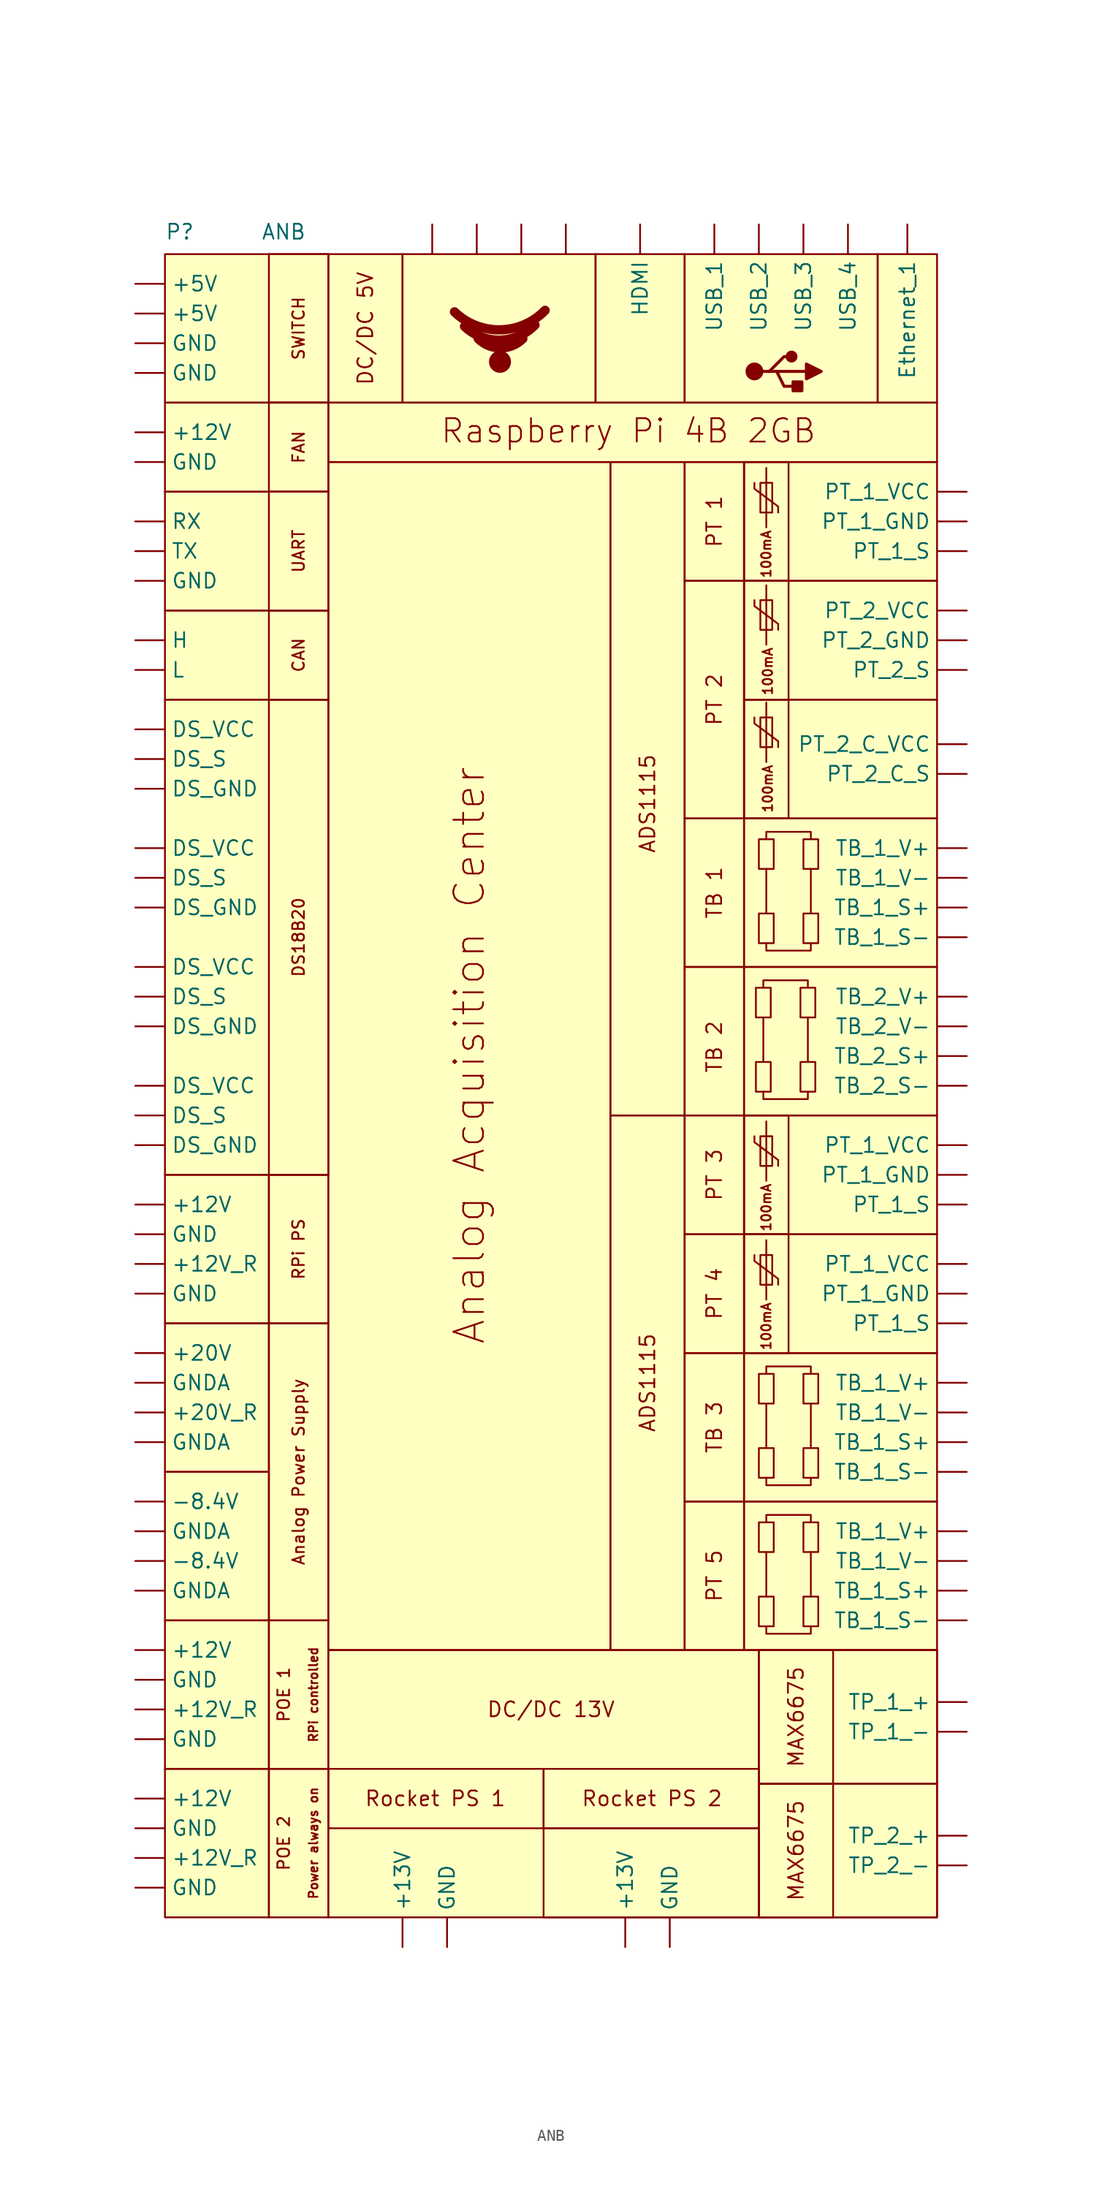
<source format=kicad_sym>
(kicad_symbol_lib
  (version 20211014)
  (generator kicad_symbol_editor)
  (symbol "ANB"
    (property "Reference" "P"
      (at -30.48 46.355 0)
      (effects (font (size 1.27 1.27))))
    (property "Value" "ANB"
      (at -21.59 46.355 0)
      (effects (font (size 1.27 1.27))))
    (symbol "ANB_0_0"
      (rectangle (start -31.75 -85.09) (end -22.86 -97.79) (stroke (width 0) (type default) (color 0 0 0 0)) (fill (type background)))
      (rectangle (start -31.75 -72.39) (end -22.86 -85.09) (stroke (width 0) (type default) (color 0 0 0 0)) (fill (type background)))
      (rectangle (start -31.75 -59.69) (end -22.86 -72.39) (stroke (width 0) (type default) (color 0 0 0 0)) (fill (type background)))
      (rectangle (start -31.75 -46.99) (end -22.86 -59.69) (stroke (width 0) (type default) (color 0 0 0 0)) (fill (type background)))
      (rectangle (start -31.75 -34.29) (end -22.86 -46.99) (stroke (width 0) (type default) (color 0 0 0 0)) (fill (type background)))
      (rectangle (start -22.86 -85.09) (end -17.78 -97.79) (stroke (width 0) (type default) (color 0 0 0 0)) (fill (type background)))
      (rectangle (start -22.86 -72.39) (end -17.78 -85.09) (stroke (width 0) (type default) (color 0 0 0 0)) (fill (type background)))
      (rectangle (start -22.86 -46.99) (end -17.78 -72.39) (stroke (width 0) (type default) (color 0 0 0 0)) (fill (type background)))
      (rectangle (start -22.86 6.35) (end -17.78 -34.29) (stroke (width 0) (type default) (color 0 0 0 0)) (fill (type none)))
      (rectangle (start -22.86 13.97) (end -17.78 24.13) (stroke (width 0) (type default) (color 0 0 0 0)) (fill (type none)))
      (rectangle (start -22.86 24.13) (end -17.78 31.75) (stroke (width 0) (type default) (color 0 0 0 0)) (fill (type none)))
      (rectangle (start -22.86 44.45) (end -17.78 31.75) (stroke (width 0) (type default) (color 0 0 0 0)) (fill (type none)))
      (rectangle (start -17.78 -85.09) (end 0.635 -90.17) (stroke (width 0) (type default) (color 0 0 0 0)) (fill (type none)))
      (rectangle (start -17.78 -74.93) (end 34.29 -97.79) (stroke (width 0) (type default) (color 0 0 0 0)) (fill (type background)))
      (rectangle (start -17.78 -46.99) (end -22.86 -34.29) (stroke (width 0) (type default) (color 0 0 0 0)) (fill (type background)))
      (rectangle (start -17.78 13.97) (end -22.86 6.35) (stroke (width 0) (type default) (color 0 0 0 0)) (fill (type none)))
      (rectangle (start -17.78 44.45) (end -11.43 31.75) (stroke (width 0) (type default) (color 0 0 0 0)) (fill (type background)))
      (rectangle (start -11.43 44.45) (end 5.08 31.75) (stroke (width 0) (type default) (color 0 0 0 0)) (fill (type background)))
      (arc (start -6.9852 39.5116) (mid -2.9581 30.1987) (end 0.7618 39.6386) (stroke (width 0.8) (type default) (color 0 0 0 0)) (fill (type none)))
      (arc (start -6.1251 38.2691) (mid -2.957 31.0351) (end -0.0996 38.3973) (stroke (width 0.8) (type default) (color 0 0 0 0)) (fill (type none)))
      (arc (start -4.953 37.2187) (mid -3.048 32.6065) (end -1.143 37.2187) (stroke (width 0.8) (type default) (color 0 0 0 0)) (fill (type none)))
      (circle (center -3.093 35.24) (radius 0.866) (stroke (width 0) (type default) (color 0 0 0 0)) (fill (type outline)))
      (rectangle (start 0.635 -90.17) (end 19.05 -97.79) (stroke (width 0) (type default) (color 0 0 0 0)) (fill (type none)))
      (rectangle (start 0.635 -85.09) (end 19.05 -90.17) (stroke (width 0) (type default) (color 0 0 0 0)) (fill (type none)))
      (rectangle (start 5.08 44.45) (end 12.7 31.75) (stroke (width 0) (type default) (color 0 0 0 0)) (fill (type background)))
      (rectangle (start 12.7 -62.23) (end 17.78 -74.93) (stroke (width 0) (type default) (color 0 0 0 0)) (fill (type background)))
      (rectangle (start 12.7 -49.53) (end 17.78 -62.23) (stroke (width 0) (type default) (color 0 0 0 0)) (fill (type background)))
      (rectangle (start 12.7 -39.37) (end 17.78 -49.53) (stroke (width 0) (type default) (color 0 0 0 0)) (fill (type background)))
      (rectangle (start 12.7 -29.21) (end 17.78 -39.37) (stroke (width 0) (type default) (color 0 0 0 0)) (fill (type background)))
      (rectangle (start 12.7 -16.51) (end 17.78 -29.21) (stroke (width 0) (type default) (color 0 0 0 0)) (fill (type background)))
      (rectangle (start 12.7 -3.81) (end 17.78 -16.51) (stroke (width 0) (type default) (color 0 0 0 0)) (fill (type background)))
      (rectangle (start 12.7 16.51) (end 17.78 -3.81) (stroke (width 0) (type default) (color 0 0 0 0)) (fill (type background)))
      (rectangle (start 12.7 26.67) (end 17.78 16.51) (stroke (width 0) (type default) (color 0 0 0 0)) (fill (type background)))
      (rectangle (start 17.78 -62.23) (end 34.29 -74.93) (stroke (width 0) (type default) (color 0 0 0 0)) (fill (type background)))
      (rectangle (start 17.78 -49.53) (end 34.29 -62.23) (stroke (width 0) (type default) (color 0 0 0 0)) (fill (type background)))
      (rectangle (start 17.78 -39.37) (end 21.59 -49.53) (stroke (width 0) (type default) (color 0 0 0 0)) (fill (type none)))
      (rectangle (start 17.78 -39.37) (end 34.29 -49.53) (stroke (width 0) (type default) (color 0 0 0 0)) (fill (type background)))
      (rectangle (start 17.78 -29.21) (end 21.59 -39.37) (stroke (width 0) (type default) (color 0 0 0 0)) (fill (type none)))
      (rectangle (start 17.78 -29.21) (end 34.29 -39.37) (stroke (width 0) (type default) (color 0 0 0 0)) (fill (type background)))
      (rectangle (start 17.78 -16.51) (end 34.29 -29.21) (stroke (width 0) (type default) (color 0 0 0 0)) (fill (type background)))
      (rectangle (start 17.78 -3.81) (end 34.29 -16.51) (stroke (width 0) (type default) (color 0 0 0 0)) (fill (type background)))
      (rectangle (start 17.78 6.35) (end 21.59 -3.81) (stroke (width 0) (type default) (color 0 0 0 0)) (fill (type none)))
      (rectangle (start 17.78 6.35) (end 34.29 -3.81) (stroke (width 0) (type default) (color 0 0 0 0)) (fill (type background)))
      (rectangle (start 17.78 16.51) (end 21.59 6.35) (stroke (width 0) (type default) (color 0 0 0 0)) (fill (type none)))
      (rectangle (start 17.78 16.51) (end 34.29 6.35) (stroke (width 0) (type default) (color 0 0 0 0)) (fill (type background)))
      (rectangle (start 17.78 26.67) (end 21.59 16.51) (stroke (width 0) (type default) (color 0 0 0 0)) (fill (type none)))
      (rectangle (start 17.78 26.67) (end 34.29 16.51) (stroke (width 0) (type default) (color 0 0 0 0)) (fill (type background)))
      (rectangle (start 19.05 -86.36) (end 25.4 -97.79) (stroke (width 0) (type default) (color 0 0 0 0)) (fill (type background)))
      (rectangle (start 19.05 -86.36) (end 34.29 -97.79) (stroke (width 0) (type default) (color 0 0 0 0)) (fill (type background)))
      (rectangle (start 19.05 -74.93) (end 25.4 -86.36) (stroke (width 0) (type default) (color 0 0 0 0)) (fill (type background)))
      (rectangle (start 19.05 -74.93) (end 34.29 -86.36) (stroke (width 0) (type default) (color 0 0 0 0)) (fill (type background)))
      (text "100mA" (at 19.685 -47.244 900) (effects (font (size 0.8 0.8))))
      (text "100mA" (at 19.685 -37.084 900) (effects (font (size 0.8 0.8))))
      (text "100mA" (at 19.685 18.796 900) (effects (font (size 0.8 0.8))))
      (text "100mA" (at 19.812 -1.27 900) (effects (font (size 0.8 0.8))))
      (text "100mA" (at 19.812 8.763 900) (effects (font (size 0.8 0.8))))
      (text "ADS1115" (at 9.525 -52.07 900) (effects (font (size 1.27 1.27))))
      (text "ADS1115" (at 9.525 -2.54 900) (effects (font (size 1.27 1.27))))
      (text "Analog Acquisition Center" (at -5.715 -48.895 900) (effects (font (size 2.54 2.54)) (justify left)))
      (text "Analog Power Supply" (at -20.32 -59.69 900) (effects (font (size 1 1))))
      (text "CAN" (at -20.32 10.16 900) (effects (font (size 1 1))))
      (text "DC/DC 13V" (at 1.27 -80.01 0) (effects (font (size 1.27 1.27))))
      (text "DC/DC 5V" (at -14.605 38.1 900) (effects (font (size 1.27 1.27))))
      (text "DS18B20" (at -20.32 -13.97 900) (effects (font (size 1 1))))
      (text "FAN" (at -20.32 27.94 900) (effects (font (size 1 1))))
      (text "MAX6675" (at 22.225 -92.075 900) (effects (font (size 1.27 1.27))))
      (text "MAX6675" (at 22.225 -80.645 900) (effects (font (size 1.27 1.27))))
      (text "POE 1" (at -21.59 -78.74 900) (effects (font (size 1 1))))
      (text "POE 2" (at -21.59 -91.44 900) (effects (font (size 1 1))))
      (text "Power always on" (at -19.05 -91.44 900) (effects (font (size 0.75 0.75))))
      (text "PT 1" (at 15.24 21.59 900) (effects (font (size 1.27 1.27))))
      (text "PT 2" (at 15.24 6.35 900) (effects (font (size 1.27 1.27))))
      (text "PT 3" (at 15.24 -34.29 900) (effects (font (size 1.27 1.27))))
      (text "PT 4" (at 15.24 -44.45 900) (effects (font (size 1.27 1.27))))
      (text "PT 5" (at 15.24 -68.58 900) (effects (font (size 1.27 1.27))))
      (text "Raspberry Pi 4B 2GB" (at -8.255 29.337 0) (effects (font (size 2 2)) (justify left)))
      (text "Rocket PS 1" (at -8.636 -87.63 0) (effects (font (size 1.27 1.27))))
      (text "Rocket PS 2" (at 9.906 -87.63 0) (effects (font (size 1.27 1.27))))
      (text "RPi controlled" (at -19.05 -78.74 900) (effects (font (size 0.75 0.75))))
      (text "RPi PS" (at -20.32 -40.64 900) (effects (font (size 1 1))))
      (text "SWITCH" (at -20.32 38.1 900) (effects (font (size 1 1))))
      (text "TB 1" (at 15.24 -10.16 900) (effects (font (size 1.27 1.27))))
      (text "TB 2 " (at 15.24 -22.86 900) (effects (font (size 1.27 1.27))))
      (text "TB 3" (at 15.24 -55.88 900) (effects (font (size 1.27 1.27))))
      (text "UART" (at -20.32 19.05 900) (effects (font (size 1 1)))))
    (symbol "ANB_0_1"
      (rectangle (start -31.75 6.35) (end -17.78 -34.29) (stroke (width 0) (type default) (color 0 0 0 0)) (fill (type background)))
      (rectangle (start -31.75 13.97) (end -17.78 6.35) (stroke (width 0) (type default) (color 0 0 0 0)) (fill (type background)))
      (rectangle (start -31.75 24.13) (end -17.78 13.97) (stroke (width 0) (type default) (color 0 0 0 0)) (fill (type background)))
      (rectangle (start -31.75 31.75) (end -17.78 24.13) (stroke (width 0) (type default) (color 0 0 0 0)) (fill (type background)))
      (rectangle (start -31.75 44.45) (end -17.78 31.75) (stroke (width 0) (type default) (color 0 0 0 0)) (fill (type background)))
      (rectangle (start -17.78 26.67) (end 6.35 -74.93) (stroke (width 0) (type default) (color 0 0 0 0)) (fill (type background)))
      (rectangle (start -17.78 31.75) (end 34.29 26.67) (stroke (width 0) (type default) (color 0 0 0 0)) (fill (type background)))
      (polyline (pts (xy 19.431 -24.638) (xy 19.431 -20.828)) (stroke (width 0) (type default) (color 0 0 0 0)) (fill (type none)))
      (polyline (pts (xy 19.685 -70.358) (xy 19.685 -66.548)) (stroke (width 0) (type default) (color 0 0 0 0)) (fill (type none)))
      (polyline (pts (xy 19.685 -57.658) (xy 19.685 -53.848)) (stroke (width 0) (type default) (color 0 0 0 0)) (fill (type none)))
      (polyline (pts (xy 19.685 -39.878) (xy 19.685 -44.958)) (stroke (width 0) (type default) (color 0 0 0 0)) (fill (type none)))
      (polyline (pts (xy 19.685 -29.718) (xy 19.685 -34.798)) (stroke (width 0) (type default) (color 0 0 0 0)) (fill (type none)))
      (polyline (pts (xy 19.685 -11.938) (xy 19.685 -8.128)) (stroke (width 0) (type default) (color 0 0 0 0)) (fill (type none)))
      (polyline (pts (xy 19.685 6.096) (xy 19.685 1.016)) (stroke (width 0) (type default) (color 0 0 0 0)) (fill (type none)))
      (polyline (pts (xy 19.685 16.129) (xy 19.685 11.049)) (stroke (width 0) (type default) (color 0 0 0 0)) (fill (type none)))
      (polyline (pts (xy 19.685 26.162) (xy 19.685 21.082)) (stroke (width 0) (type default) (color 0 0 0 0)) (fill (type none)))
      (polyline (pts (xy 20.574 34.417) (xy 23.114 34.417)) (stroke (width 0.254) (type default) (color 0 0 0 0)) (fill (type none)))
      (polyline (pts (xy 23.241 -24.638) (xy 23.241 -20.828)) (stroke (width 0) (type default) (color 0 0 0 0)) (fill (type none)))
      (polyline (pts (xy 23.495 -70.358) (xy 23.495 -66.548)) (stroke (width 0) (type default) (color 0 0 0 0)) (fill (type none)))
      (polyline (pts (xy 23.495 -57.658) (xy 23.495 -53.848)) (stroke (width 0) (type default) (color 0 0 0 0)) (fill (type none)))
      (polyline (pts (xy 23.495 -11.938) (xy 23.495 -8.128)) (stroke (width 0) (type default) (color 0 0 0 0)) (fill (type none)))
      (polyline (pts (xy 18.669 -41.148) (xy 18.669 -41.656) (xy 20.701 -43.18) (xy 20.701 -43.688)) (stroke (width 0) (type default) (color 0 0 0 0)) (fill (type none)))
      (polyline (pts (xy 18.669 -30.988) (xy 18.669 -31.496) (xy 20.701 -33.02) (xy 20.701 -33.528)) (stroke (width 0) (type default) (color 0 0 0 0)) (fill (type none)))
      (polyline (pts (xy 18.669 4.826) (xy 18.669 4.318) (xy 20.701 2.794) (xy 20.701 2.286)) (stroke (width 0) (type default) (color 0 0 0 0)) (fill (type none)))
      (polyline (pts (xy 18.669 14.859) (xy 18.669 14.351) (xy 20.701 12.827) (xy 20.701 12.319)) (stroke (width 0) (type default) (color 0 0 0 0)) (fill (type none)))
      (polyline (pts (xy 18.669 24.892) (xy 18.669 24.384) (xy 20.701 22.86) (xy 20.701 22.352)) (stroke (width 0) (type default) (color 0 0 0 0)) (fill (type none)))
      (polyline (pts (xy 19.304 34.417) (xy 19.939 34.417) (xy 21.209 35.687) (xy 21.844 35.687)) (stroke (width 0.254) (type default) (color 0 0 0 0)) (fill (type none)))
      (polyline (pts (xy 19.431 -27.178) (xy 19.431 -27.813) (xy 23.241 -27.813) (xy 23.241 -27.178)) (stroke (width 0) (type default) (color 0 0 0 0)) (fill (type none)))
      (polyline (pts (xy 19.685 -72.898) (xy 19.685 -73.533) (xy 23.495 -73.533) (xy 23.495 -72.898)) (stroke (width 0) (type default) (color 0 0 0 0)) (fill (type none)))
      (polyline (pts (xy 19.685 -60.198) (xy 19.685 -60.833) (xy 23.495 -60.833) (xy 23.495 -60.198)) (stroke (width 0) (type default) (color 0 0 0 0)) (fill (type none)))
      (polyline (pts (xy 19.685 -14.478) (xy 19.685 -15.113) (xy 23.495 -15.113) (xy 23.495 -14.478)) (stroke (width 0) (type default) (color 0 0 0 0)) (fill (type none)))
      (polyline (pts (xy 19.939 34.417) (xy 20.574 34.417) (xy 21.209 33.147) (xy 22.479 33.147)) (stroke (width 0.254) (type default) (color 0 0 0 0)) (fill (type none)))
      (polyline (pts (xy 23.114 35.052) (xy 23.114 33.782) (xy 24.384 34.417) (xy 23.114 35.052)) (stroke (width 0.254) (type default) (color 0 0 0 0)) (fill (type outline)))
      (polyline (pts (xy 23.241 -18.288) (xy 23.241 -17.653) (xy 19.431 -17.653) (xy 19.431 -18.288)) (stroke (width 0) (type default) (color 0 0 0 0)) (fill (type none)))
      (polyline (pts (xy 23.495 -64.008) (xy 23.495 -63.373) (xy 19.685 -63.373) (xy 19.685 -64.008)) (stroke (width 0) (type default) (color 0 0 0 0)) (fill (type none)))
      (polyline (pts (xy 23.495 -51.308) (xy 23.495 -50.673) (xy 19.685 -50.673) (xy 19.685 -51.308)) (stroke (width 0) (type default) (color 0 0 0 0)) (fill (type none)))
      (polyline (pts (xy 23.495 -5.588) (xy 23.495 -4.953) (xy 19.685 -4.953) (xy 19.685 -5.588)) (stroke (width 0) (type default) (color 0 0 0 0)) (fill (type none)))
      (rectangle (start 6.35 -29.21) (end 12.7 -74.93) (stroke (width 0) (type default) (color 0 0 0 0)) (fill (type background)))
      (rectangle (start 6.35 26.67) (end 12.7 -29.21) (stroke (width 0) (type default) (color 0 0 0 0)) (fill (type background)))
      (rectangle (start 12.7 44.45) (end 29.21 31.75) (stroke (width 0) (type default) (color 0 0 0 0)) (fill (type background)))
      (circle (center 18.669 34.417) (radius 0.635) (stroke (width 0.254) (type default) (color 0 0 0 0)) (fill (type outline)))
      (rectangle (start 18.796 -24.638) (end 20.066 -27.178) (stroke (width 0) (type default) (color 0 0 0 0)) (fill (type none)))
      (rectangle (start 18.796 -18.288) (end 20.066 -20.828) (stroke (width 0) (type default) (color 0 0 0 0)) (fill (type none)))
      (rectangle (start 19.05 -70.358) (end 20.32 -72.898) (stroke (width 0) (type default) (color 0 0 0 0)) (fill (type none)))
      (rectangle (start 19.05 -64.008) (end 20.32 -66.548) (stroke (width 0) (type default) (color 0 0 0 0)) (fill (type none)))
      (rectangle (start 19.05 -57.658) (end 20.32 -60.198) (stroke (width 0) (type default) (color 0 0 0 0)) (fill (type none)))
      (rectangle (start 19.05 -51.308) (end 20.32 -53.848) (stroke (width 0) (type default) (color 0 0 0 0)) (fill (type none)))
      (rectangle (start 19.05 -11.938) (end 20.32 -14.478) (stroke (width 0) (type default) (color 0 0 0 0)) (fill (type none)))
      (rectangle (start 19.05 -5.588) (end 20.32 -8.128) (stroke (width 0) (type default) (color 0 0 0 0)) (fill (type none)))
      (rectangle (start 19.177 -41.148) (end 20.193 -43.688) (stroke (width 0) (type default) (color 0 0 0 0)) (fill (type none)))
      (rectangle (start 19.177 -30.988) (end 20.193 -33.528) (stroke (width 0) (type default) (color 0 0 0 0)) (fill (type none)))
      (rectangle (start 19.177 4.826) (end 20.193 2.286) (stroke (width 0) (type default) (color 0 0 0 0)) (fill (type none)))
      (rectangle (start 19.177 14.859) (end 20.193 12.319) (stroke (width 0) (type default) (color 0 0 0 0)) (fill (type none)))
      (rectangle (start 19.177 24.892) (end 20.193 22.352) (stroke (width 0) (type default) (color 0 0 0 0)) (fill (type none)))
      (circle (center 21.844 35.687) (radius 0.381) (stroke (width 0.254) (type default) (color 0 0 0 0)) (fill (type outline)))
      (rectangle (start 22.606 -24.638) (end 23.876 -27.178) (stroke (width 0) (type default) (color 0 0 0 0)) (fill (type none)))
      (rectangle (start 22.606 -18.288) (end 23.876 -20.828) (stroke (width 0) (type default) (color 0 0 0 0)) (fill (type none)))
      (rectangle (start 22.733 33.528) (end 21.971 32.766) (stroke (width 0.254) (type default) (color 0 0 0 0)) (fill (type outline)))
      (rectangle (start 22.86 -70.358) (end 24.13 -72.898) (stroke (width 0) (type default) (color 0 0 0 0)) (fill (type none)))
      (rectangle (start 22.86 -64.008) (end 24.13 -66.548) (stroke (width 0) (type default) (color 0 0 0 0)) (fill (type none)))
      (rectangle (start 22.86 -57.658) (end 24.13 -60.198) (stroke (width 0) (type default) (color 0 0 0 0)) (fill (type none)))
      (rectangle (start 22.86 -51.308) (end 24.13 -53.848) (stroke (width 0) (type default) (color 0 0 0 0)) (fill (type none)))
      (rectangle (start 22.86 -11.938) (end 24.13 -14.478) (stroke (width 0) (type default) (color 0 0 0 0)) (fill (type none)))
      (rectangle (start 22.86 -5.588) (end 24.13 -8.128) (stroke (width 0) (type default) (color 0 0 0 0)) (fill (type none)))
      (rectangle (start 29.21 44.45) (end 34.29 31.75) (stroke (width 0) (type default) (color 0 0 0 0)) (fill (type background))))
    (symbol "ANB_1_1"
      (pin output line (at -34.29 -87.63 0) (length 2.54) (name "+12V" (effects (font (size 1.27 1.27)))) (number "" (effects (font (size 1.27 1.27)))))
      (pin output line (at -34.29 -74.93 0) (length 2.54) (name "+12V" (effects (font (size 1.27 1.27)))) (number "" (effects (font (size 1.27 1.27)))))
      (pin input line (at -34.29 -36.83 0) (length 2.54) (name "+12V" (effects (font (size 1.27 1.27)))) (number "" (effects (font (size 1.27 1.27)))))
      (pin output line (at -34.29 29.21 0) (length 2.54) (name "+12V" (effects (font (size 1.27 1.27)))) (number "" (effects (font (size 1.27 1.27)))))
      (pin output line (at -34.29 -92.71 0) (length 2.54) (name "+12V_R" (effects (font (size 1.27 1.27)))) (number "" (effects (font (size 1.27 1.27)))))
      (pin output line (at -34.29 -80.01 0) (length 2.54) (name "+12V_R" (effects (font (size 1.27 1.27)))) (number "" (effects (font (size 1.27 1.27)))))
      (pin output line (at -34.29 -41.91 0) (length 2.54) (name "+12V_R" (effects (font (size 1.27 1.27)))) (number "" (effects (font (size 1.27 1.27)))))
      (pin output line (at -11.43 -100.33 90) (length 2.54) (name "+13V" (effects (font (size 1.27 1.27)))) (number "" (effects (font (size 1.27 1.27)))))
      (pin output line (at 7.62 -100.33 90) (length 2.54) (name "+13V" (effects (font (size 1.27 1.27)))) (number "" (effects (font (size 1.27 1.27)))))
      (pin input line (at -34.29 -49.53 0) (length 2.54) (name "+20V" (effects (font (size 1.27 1.27)))) (number "" (effects (font (size 1.27 1.27)))))
      (pin input line (at -34.29 -54.61 0) (length 2.54) (name "+20V_R" (effects (font (size 1.27 1.27)))) (number "" (effects (font (size 1.27 1.27)))))
      (pin output line (at -34.29 39.37 0) (length 2.54) (name "+5V" (effects (font (size 1.27 1.27)))) (number "" (effects (font (size 1.27 1.27)))))
      (pin output line (at -34.29 41.91 0) (length 2.54) (name "+5V" (effects (font (size 1.27 1.27)))) (number "" (effects (font (size 1.27 1.27)))))
      (pin input line (at -34.29 -67.31 0) (length 2.54) (name "-8.4V" (effects (font (size 1.27 1.27)))) (number "" (effects (font (size 1.27 1.27)))))
      (pin input line (at -34.29 -62.23 0) (length 2.54) (name "-8.4V" (effects (font (size 1.27 1.27)))) (number "" (effects (font (size 1.27 1.27)))))
      (pin input line (at -34.29 -31.75 0) (length 2.54) (name "DS_GND" (effects (font (size 1.27 1.27)))) (number "" (effects (font (size 1.27 1.27)))))
      (pin input line (at -34.29 -21.59 0) (length 2.54) (name "DS_GND" (effects (font (size 1.27 1.27)))) (number "" (effects (font (size 1.27 1.27)))))
      (pin input line (at -34.29 -11.43 0) (length 2.54) (name "DS_GND" (effects (font (size 1.27 1.27)))) (number "" (effects (font (size 1.27 1.27)))))
      (pin input line (at -34.29 -1.27 0) (length 2.54) (name "DS_GND" (effects (font (size 1.27 1.27)))) (number "" (effects (font (size 1.27 1.27)))))
      (pin input line (at -34.29 -29.21 0) (length 2.54) (name "DS_S" (effects (font (size 1.27 1.27)))) (number "" (effects (font (size 1.27 1.27)))))
      (pin input line (at -34.29 -19.05 0) (length 2.54) (name "DS_S" (effects (font (size 1.27 1.27)))) (number "" (effects (font (size 1.27 1.27)))))
      (pin input line (at -34.29 -8.89 0) (length 2.54) (name "DS_S" (effects (font (size 1.27 1.27)))) (number "" (effects (font (size 1.27 1.27)))))
      (pin input line (at -34.29 1.27 0) (length 2.54) (name "DS_S" (effects (font (size 1.27 1.27)))) (number "" (effects (font (size 1.27 1.27)))))
      (pin input line (at -34.29 -26.67 0) (length 2.54) (name "DS_VCC" (effects (font (size 1.27 1.27)))) (number "" (effects (font (size 1.27 1.27)))))
      (pin input line (at -34.29 -16.51 0) (length 2.54) (name "DS_VCC" (effects (font (size 1.27 1.27)))) (number "" (effects (font (size 1.27 1.27)))))
      (pin input line (at -34.29 -6.35 0) (length 2.54) (name "DS_VCC" (effects (font (size 1.27 1.27)))) (number "" (effects (font (size 1.27 1.27)))))
      (pin input line (at -34.29 3.81 0) (length 2.54) (name "DS_VCC" (effects (font (size 1.27 1.27)))) (number "" (effects (font (size 1.27 1.27)))))
      (pin input line (at 31.75 46.99 270) (length 2.54) (name "Ethernet_1" (effects (font (size 1.27 1.27)))) (number "" (effects (font (size 1.27 1.27)))))
      (pin output line (at -34.29 -95.25 0) (length 2.54) (name "GND" (effects (font (size 1.27 1.27)))) (number "" (effects (font (size 1.27 1.27)))))
      (pin output line (at -34.29 -90.17 0) (length 2.54) (name "GND" (effects (font (size 1.27 1.27)))) (number "" (effects (font (size 1.27 1.27)))))
      (pin output line (at -34.29 -82.55 0) (length 2.54) (name "GND" (effects (font (size 1.27 1.27)))) (number "" (effects (font (size 1.27 1.27)))))
      (pin output line (at -34.29 -77.47 0) (length 2.54) (name "GND" (effects (font (size 1.27 1.27)))) (number "" (effects (font (size 1.27 1.27)))))
      (pin output line (at -34.29 -44.45 0) (length 2.54) (name "GND" (effects (font (size 1.27 1.27)))) (number "" (effects (font (size 1.27 1.27)))))
      (pin input line (at -34.29 -39.37 0) (length 2.54) (name "GND" (effects (font (size 1.27 1.27)))) (number "" (effects (font (size 1.27 1.27)))))
      (pin input line (at -34.29 16.51 0) (length 2.54) (name "GND" (effects (font (size 1.27 1.27)))) (number "" (effects (font (size 1.27 1.27)))))
      (pin output line (at -34.29 26.67 0) (length 2.54) (name "GND" (effects (font (size 1.27 1.27)))) (number "" (effects (font (size 1.27 1.27)))))
      (pin output line (at -34.29 34.29 0) (length 2.54) (name "GND" (effects (font (size 1.27 1.27)))) (number "" (effects (font (size 1.27 1.27)))))
      (pin output line (at -34.29 36.83 0) (length 2.54) (name "GND" (effects (font (size 1.27 1.27)))) (number "" (effects (font (size 1.27 1.27)))))
      (pin output line (at -7.62 -100.33 90) (length 2.54) (name "GND" (effects (font (size 1.27 1.27)))) (number "" (effects (font (size 1.27 1.27)))))
      (pin output line (at 11.43 -100.33 90) (length 2.54) (name "GND" (effects (font (size 1.27 1.27)))) (number "" (effects (font (size 1.27 1.27)))))
      (pin input line (at -34.29 -69.85 0) (length 2.54) (name "GNDA" (effects (font (size 1.27 1.27)))) (number "" (effects (font (size 1.27 1.27)))))
      (pin input line (at -34.29 -64.77 0) (length 2.54) (name "GNDA" (effects (font (size 1.27 1.27)))) (number "" (effects (font (size 1.27 1.27)))))
      (pin input line (at -34.29 -57.15 0) (length 2.54) (name "GNDA" (effects (font (size 1.27 1.27)))) (number "" (effects (font (size 1.27 1.27)))))
      (pin input line (at -34.29 -52.07 0) (length 2.54) (name "GNDA" (effects (font (size 1.27 1.27)))) (number "" (effects (font (size 1.27 1.27)))))
      (pin input line (at -34.29 11.43 0) (length 2.54) (name "H" (effects (font (size 1.27 1.27)))) (number "" (effects (font (size 1.27 1.27)))))
      (pin input line (at 8.89 46.99 270) (length 2.54) (name "HDMI" (effects (font (size 1.27 1.27)))) (number "" (effects (font (size 1.27 1.27)))))
      (pin input line (at -34.29 8.89 0) (length 2.54) (name "L" (effects (font (size 1.27 1.27)))) (number "" (effects (font (size 1.27 1.27)))))
      (pin input line (at 36.83 -44.45 180) (length 2.54) (name "PT_1_GND" (effects (font (size 1.27 1.27)))) (number "" (effects (font (size 1.27 1.27)))))
      (pin input line (at 36.83 -34.29 180) (length 2.54) (name "PT_1_GND" (effects (font (size 1.27 1.27)))) (number "" (effects (font (size 1.27 1.27)))))
      (pin input line (at 36.83 21.59 180) (length 2.54) (name "PT_1_GND" (effects (font (size 1.27 1.27)))) (number "" (effects (font (size 1.27 1.27)))))
      (pin input line (at 36.83 -46.99 180) (length 2.54) (name "PT_1_S" (effects (font (size 1.27 1.27)))) (number "" (effects (font (size 1.27 1.27)))))
      (pin input line (at 36.83 -36.83 180) (length 2.54) (name "PT_1_S" (effects (font (size 1.27 1.27)))) (number "" (effects (font (size 1.27 1.27)))))
      (pin input line (at 36.83 19.05 180) (length 2.54) (name "PT_1_S" (effects (font (size 1.27 1.27)))) (number "" (effects (font (size 1.27 1.27)))))
      (pin input line (at 36.83 -41.91 180) (length 2.54) (name "PT_1_VCC" (effects (font (size 1.27 1.27)))) (number "" (effects (font (size 1.27 1.27)))))
      (pin input line (at 36.83 -31.75 180) (length 2.54) (name "PT_1_VCC" (effects (font (size 1.27 1.27)))) (number "" (effects (font (size 1.27 1.27)))))
      (pin input line (at 36.83 24.13 180) (length 2.54) (name "PT_1_VCC" (effects (font (size 1.27 1.27)))) (number "" (effects (font (size 1.27 1.27)))))
      (pin input line (at 36.83 0 180) (length 2.54) (name "PT_2_C_S" (effects (font (size 1.27 1.27)))) (number "" (effects (font (size 1.27 1.27)))))
      (pin input line (at 36.83 2.54 180) (length 2.54) (name "PT_2_C_VCC" (effects (font (size 1.27 1.27)))) (number "" (effects (font (size 1.27 1.27)))))
      (pin input line (at 36.83 11.43 180) (length 2.54) (name "PT_2_GND" (effects (font (size 1.27 1.27)))) (number "" (effects (font (size 1.27 1.27)))))
      (pin input line (at 36.83 8.89 180) (length 2.54) (name "PT_2_S" (effects (font (size 1.27 1.27)))) (number "" (effects (font (size 1.27 1.27)))))
      (pin input line (at 36.83 13.97 180) (length 2.54) (name "PT_2_VCC" (effects (font (size 1.27 1.27)))) (number "" (effects (font (size 1.27 1.27)))))
      (pin input line (at -34.29 21.59 0) (length 2.54) (name "RX" (effects (font (size 1.27 1.27)))) (number "" (effects (font (size 1.27 1.27)))))
      (pin input line (at 36.83 -69.85 180) (length 2.54) (name "TB_1_S+" (effects (font (size 1.27 1.27)))) (number "" (effects (font (size 1.27 1.27)))))
      (pin input line (at 36.83 -57.15 180) (length 2.54) (name "TB_1_S+" (effects (font (size 1.27 1.27)))) (number "" (effects (font (size 1.27 1.27)))))
      (pin input line (at 36.83 -11.43 180) (length 2.54) (name "TB_1_S+" (effects (font (size 1.27 1.27)))) (number "" (effects (font (size 1.27 1.27)))))
      (pin input line (at 36.83 -72.39 180) (length 2.54) (name "TB_1_S-" (effects (font (size 1.27 1.27)))) (number "" (effects (font (size 1.27 1.27)))))
      (pin input line (at 36.83 -59.69 180) (length 2.54) (name "TB_1_S-" (effects (font (size 1.27 1.27)))) (number "" (effects (font (size 1.27 1.27)))))
      (pin input line (at 36.83 -13.97 180) (length 2.54) (name "TB_1_S-" (effects (font (size 1.27 1.27)))) (number "" (effects (font (size 1.27 1.27)))))
      (pin input line (at 36.83 -64.77 180) (length 2.54) (name "TB_1_V+" (effects (font (size 1.27 1.27)))) (number "" (effects (font (size 1.27 1.27)))))
      (pin input line (at 36.83 -52.07 180) (length 2.54) (name "TB_1_V+" (effects (font (size 1.27 1.27)))) (number "" (effects (font (size 1.27 1.27)))))
      (pin input line (at 36.83 -6.35 180) (length 2.54) (name "TB_1_V+" (effects (font (size 1.27 1.27)))) (number "" (effects (font (size 1.27 1.27)))))
      (pin input line (at 36.83 -67.31 180) (length 2.54) (name "TB_1_V-" (effects (font (size 1.27 1.27)))) (number "" (effects (font (size 1.27 1.27)))))
      (pin input line (at 36.83 -54.61 180) (length 2.54) (name "TB_1_V-" (effects (font (size 1.27 1.27)))) (number "" (effects (font (size 1.27 1.27)))))
      (pin input line (at 36.83 -8.89 180) (length 2.54) (name "TB_1_V-" (effects (font (size 1.27 1.27)))) (number "" (effects (font (size 1.27 1.27)))))
      (pin input line (at 36.83 -24.13 180) (length 2.54) (name "TB_2_S+" (effects (font (size 1.27 1.27)))) (number "" (effects (font (size 1.27 1.27)))))
      (pin input line (at 36.83 -26.67 180) (length 2.54) (name "TB_2_S-" (effects (font (size 1.27 1.27)))) (number "" (effects (font (size 1.27 1.27)))))
      (pin input line (at 36.83 -19.05 180) (length 2.54) (name "TB_2_V+" (effects (font (size 1.27 1.27)))) (number "" (effects (font (size 1.27 1.27)))))
      (pin input line (at 36.83 -21.59 180) (length 2.54) (name "TB_2_V-" (effects (font (size 1.27 1.27)))) (number "" (effects (font (size 1.27 1.27)))))
      (pin input line (at 36.83 -79.375 180) (length 2.54) (name "TP_1_+" (effects (font (size 1.27 1.27)))) (number "" (effects (font (size 1.27 1.27)))))
      (pin input line (at 36.83 -81.915 180) (length 2.54) (name "TP_1_-" (effects (font (size 1.27 1.27)))) (number "" (effects (font (size 1.27 1.27)))))
      (pin input line (at 36.83 -90.805 180) (length 2.54) (name "TP_2_+" (effects (font (size 1.27 1.27)))) (number "" (effects (font (size 1.27 1.27)))))
      (pin input line (at 36.83 -93.345 180) (length 2.54) (name "TP_2_-" (effects (font (size 1.27 1.27)))) (number "" (effects (font (size 1.27 1.27)))))
      (pin input line (at -34.29 19.05 0) (length 2.54) (name "TX" (effects (font (size 1.27 1.27)))) (number "" (effects (font (size 1.27 1.27)))))
      (pin input line (at 15.24 46.99 270) (length 2.54) (name "USB_1" (effects (font (size 1.27 1.27)))) (number "" (effects (font (size 1.27 1.27)))))
      (pin input line (at 19.05 46.99 270) (length 2.54) (name "USB_2" (effects (font (size 1.27 1.27)))) (number "" (effects (font (size 1.27 1.27)))))
      (pin input line (at 22.86 46.99 270) (length 2.54) (name "USB_3" (effects (font (size 1.27 1.27)))) (number "" (effects (font (size 1.27 1.27)))))
      (pin input line (at 26.67 46.99 270) (length 2.54) (name "USB_4" (effects (font (size 1.27 1.27)))) (number "" (effects (font (size 1.27 1.27)))))
      (pin input line (at -8.89 46.99 270) (length 2.54) (name "~" (effects (font (size 1.27 1.27)))) (number "" (effects (font (size 1.27 1.27)))))
      (pin input line (at -5.08 46.99 270) (length 2.54) (name "~" (effects (font (size 1.27 1.27)))) (number "" (effects (font (size 1.27 1.27)))))
      (pin input line (at -1.27 46.99 270) (length 2.54) (name "~" (effects (font (size 1.27 1.27)))) (number "" (effects (font (size 1.27 1.27)))))
      (pin input line (at 2.54 46.99 270) (length 2.54) (name "~" (effects (font (size 1.27 1.27)))) (number "" (effects (font (size 1.27 1.27))))))))
</source>
